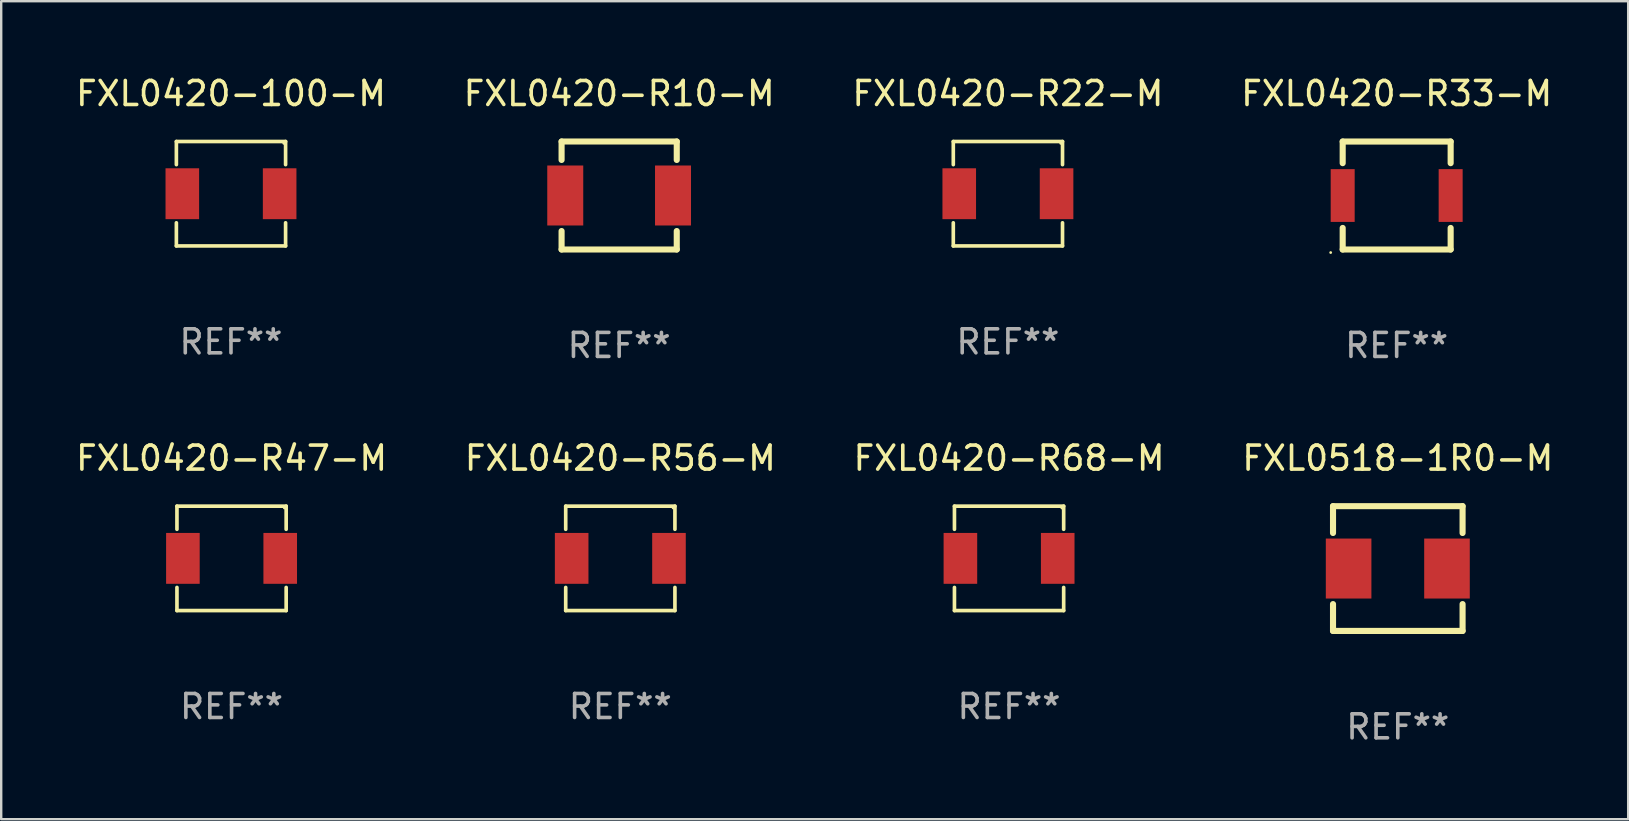
<source format=kicad_pcb>
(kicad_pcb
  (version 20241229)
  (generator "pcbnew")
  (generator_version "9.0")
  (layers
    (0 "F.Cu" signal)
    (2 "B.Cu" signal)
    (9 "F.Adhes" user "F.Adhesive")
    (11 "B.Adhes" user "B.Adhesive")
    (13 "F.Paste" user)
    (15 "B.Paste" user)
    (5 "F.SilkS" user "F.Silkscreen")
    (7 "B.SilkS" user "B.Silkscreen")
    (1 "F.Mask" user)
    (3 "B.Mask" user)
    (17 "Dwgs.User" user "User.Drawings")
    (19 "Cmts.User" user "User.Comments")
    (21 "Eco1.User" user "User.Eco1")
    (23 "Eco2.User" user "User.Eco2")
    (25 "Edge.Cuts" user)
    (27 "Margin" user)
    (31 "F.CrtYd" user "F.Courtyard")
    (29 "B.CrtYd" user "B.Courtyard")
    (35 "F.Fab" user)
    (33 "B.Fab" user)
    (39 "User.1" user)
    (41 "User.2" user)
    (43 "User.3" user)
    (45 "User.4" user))
  (footprint "FXL0420-R47-M"
    (layer "F.Cu")
    (at 6.601 20.222)
    (property "Reference" "FXL0420-R47-M" (at 0 -4.176 0) (layer "F.SilkS") (effects (font (size 1 1) (thickness 0.15))))
    (attr through_hole)
    (fp_line (start -2.276 -2.176) (end 2.276 -2.176) (stroke (width 0.152) (type solid)) (layer "F.SilkS"))
    (fp_line (start -2.276 -1.212) (end -2.276 -2.176) (stroke (width 0.152) (type solid)) (layer "F.SilkS"))
    (fp_line (start -2.276 1.212) (end -2.276 2.176) (stroke (width 0.152) (type solid)) (layer "F.SilkS"))
    (fp_line (start -2.276 2.176) (end 2.276 2.176) (stroke (width 0.152) (type solid)) (layer "F.SilkS"))
    (fp_line (start 2.276 -2.176) (end 2.276 -1.212) (stroke (width 0.152) (type solid)) (layer "F.SilkS"))
    (fp_line (start 2.276 2.176) (end 2.276 1.212) (stroke (width 0.152) (type solid)) (layer "F.SilkS"))
    (fp_circle (center 2.2 -2.1) (end 2.23 -2.1) (stroke (width 0.06) (type solid)) (fill no) (layer "F.SilkS"))
    (fp_text user "REF**" (at 0 6.176 0) (layer "F.Fab") (effects (font (size 1 1) (thickness 0.15))))
    (pad "1" smd rect (at 2.028 0) (size 1.4 2.12) (layers "F.Cu" "F.Mask" "F.Paste"))
    (pad "2" smd rect (at -2.028 0) (size 1.4 2.12) (layers "F.Cu" "F.Mask" "F.Paste")))
  (footprint "FXL0518-1R0-M"
    (layer "F.Cu")
    (at 55.208 20.646)
    (property "Reference" "FXL0518-1R0-M" (at 0 -4.6 0) (layer "F.SilkS") (effects (font (size 1 1) (thickness 0.15))))
    (attr through_hole)
    (fp_line (start -2.7 -2.6) (end -2.7 -1.481) (stroke (width 0.254) (type solid)) (layer "F.SilkS"))
    (fp_line (start -2.7 -2.6) (end 2.7 -2.6) (stroke (width 0.254) (type solid)) (layer "F.SilkS"))
    (fp_line (start -2.7 1.481) (end -2.7 2.6) (stroke (width 0.254) (type solid)) (layer "F.SilkS"))
    (fp_line (start 2.7 -2.6) (end 2.7 -1.481) (stroke (width 0.254) (type solid)) (layer "F.SilkS"))
    (fp_line (start 2.7 1.481) (end 2.7 2.6) (stroke (width 0.254) (type solid)) (layer "F.SilkS"))
    (fp_line (start 2.7 2.6) (end -2.7 2.6) (stroke (width 0.254) (type solid)) (layer "F.SilkS"))
    (fp_circle (center -2.7 2.6) (end -2.67 2.6) (stroke (width 0.06) (type solid)) (fill no) (layer "F.SilkS"))
    (fp_text user "REF**" (at 0 6.6 0) (layer "F.Fab") (effects (font (size 1 1) (thickness 0.15))))
    (pad "1" smd rect (at -2.05 0) (size 1.9 2.5) (layers "F.Cu" "F.Mask" "F.Paste"))
    (pad "2" smd rect (at 2.05 0) (size 1.9 2.5) (layers "F.Cu" "F.Mask" "F.Paste")))
  (footprint "FXL0420-R33-M"
    (layer "F.Cu")
    (at 55.161 5.099)
    (property "Reference" "FXL0420-R33-M" (at 0 -4.25 0) (layer "F.SilkS") (effects (font (size 1 1) (thickness 0.15))))
    (attr through_hole)
    (fp_line (start -2.25 -2.25) (end 2.25 -2.25) (stroke (width 0.254) (type solid)) (layer "F.SilkS"))
    (fp_line (start -2.25 -1.349) (end -2.25 -2.25) (stroke (width 0.254) (type solid)) (layer "F.SilkS"))
    (fp_line (start -2.25 2.25) (end -2.25 1.351) (stroke (width 0.254) (type solid)) (layer "F.SilkS"))
    (fp_line (start 2.25 -2.25) (end 2.25 -1.349) (stroke (width 0.254) (type solid)) (layer "F.SilkS"))
    (fp_line (start 2.25 1.351) (end 2.25 2.25) (stroke (width 0.254) (type solid)) (layer "F.SilkS"))
    (fp_line (start 2.25 2.25) (end -2.25 2.25) (stroke (width 0.254) (type solid)) (layer "F.SilkS"))
    (fp_circle (center -2.75 2.377) (end -2.72 2.377) (stroke (width 0.06) (type solid)) (fill no) (layer "F.SilkS"))
    (fp_text user "REF**" (at 0 6.25 0) (layer "F.Fab") (effects (font (size 1 1) (thickness 0.15))))
    (pad "1" smd rect (at -2.25 0) (size 1 2.2) (layers "F.Cu" "F.Mask" "F.Paste"))
    (pad "2" smd rect (at 2.25 0) (size 1 2.2) (layers "F.Cu" "F.Mask" "F.Paste")))
  (footprint "FXL0420-100-M"
    (layer "F.Cu")
    (at 6.577 5.024)
    (property "Reference" "FXL0420-100-M" (at 0 -4.176 0) (layer "F.SilkS") (effects (font (size 1 1) (thickness 0.15))))
    (attr through_hole)
    (fp_line (start -2.276 -2.176) (end 2.276 -2.176) (stroke (width 0.152) (type solid)) (layer "F.SilkS"))
    (fp_line (start -2.276 -1.212) (end -2.276 -2.176) (stroke (width 0.152) (type solid)) (layer "F.SilkS"))
    (fp_line (start -2.276 1.212) (end -2.276 2.176) (stroke (width 0.152) (type solid)) (layer "F.SilkS"))
    (fp_line (start -2.276 2.176) (end 2.276 2.176) (stroke (width 0.152) (type solid)) (layer "F.SilkS"))
    (fp_line (start 2.276 -2.176) (end 2.276 -1.212) (stroke (width 0.152) (type solid)) (layer "F.SilkS"))
    (fp_line (start 2.276 2.176) (end 2.276 1.212) (stroke (width 0.152) (type solid)) (layer "F.SilkS"))
    (fp_circle (center 2.2 -2.1) (end 2.23 -2.1) (stroke (width 0.06) (type solid)) (fill no) (layer "F.SilkS"))
    (fp_text user "REF**" (at 0 6.176 0) (layer "F.Fab") (effects (font (size 1 1) (thickness 0.15))))
    (pad "1" smd rect (at 2.028 0) (size 1.4 2.12) (layers "F.Cu" "F.Mask" "F.Paste"))
    (pad "2" smd rect (at -2.028 0) (size 1.4 2.12) (layers "F.Cu" "F.Mask" "F.Paste")))
  (footprint "FXL0420-R10-M"
    (layer "F.Cu")
    (at 22.756 5.098)
    (property "Reference" "FXL0420-R10-M" (at 0 -4.25 0) (layer "F.SilkS") (effects (font (size 1 1) (thickness 0.15))))
    (attr through_hole)
    (fp_line (start -2.4 -2.25) (end 2.4 -2.25) (stroke (width 0.254) (type solid)) (layer "F.SilkS"))
    (fp_line (start -2.4 -1.481) (end -2.4 -2.25) (stroke (width 0.254) (type solid)) (layer "F.SilkS"))
    (fp_line (start -2.4 2.25) (end -2.4 1.481) (stroke (width 0.254) (type solid)) (layer "F.SilkS"))
    (fp_line (start 2.4 -2.25) (end 2.4 -1.481) (stroke (width 0.254) (type solid)) (layer "F.SilkS"))
    (fp_line (start 2.4 1.481) (end 2.4 2.25) (stroke (width 0.254) (type solid)) (layer "F.SilkS"))
    (fp_line (start 2.4 2.25) (end -2.4 2.25) (stroke (width 0.254) (type solid)) (layer "F.SilkS"))
    (fp_circle (center -2.375 2.25) (end -2.345 2.25) (stroke (width 0.06) (type solid)) (fill no) (layer "F.SilkS"))
    (fp_text user "REF**" (at 0 6.25 0) (layer "F.Fab") (effects (font (size 1 1) (thickness 0.15))))
    (pad "1" smd rect (at -2.247 0) (size 1.5 2.5) (layers "F.Cu" "F.Mask" "F.Paste"))
    (pad "2" smd rect (at 2.244 0) (size 1.5 2.5) (layers "F.Cu" "F.Mask" "F.Paste")))
  (footprint "FXL0420-R56-M"
    (layer "F.Cu")
    (at 22.804 20.222)
    (property "Reference" "FXL0420-R56-M" (at 0 -4.176 0) (layer "F.SilkS") (effects (font (size 1 1) (thickness 0.15))))
    (attr through_hole)
    (fp_line (start -2.276 -2.176) (end 2.276 -2.176) (stroke (width 0.152) (type solid)) (layer "F.SilkS"))
    (fp_line (start -2.276 -1.212) (end -2.276 -2.176) (stroke (width 0.152) (type solid)) (layer "F.SilkS"))
    (fp_line (start -2.276 1.212) (end -2.276 2.176) (stroke (width 0.152) (type solid)) (layer "F.SilkS"))
    (fp_line (start -2.276 2.176) (end 2.276 2.176) (stroke (width 0.152) (type solid)) (layer "F.SilkS"))
    (fp_line (start 2.276 -2.176) (end 2.276 -1.212) (stroke (width 0.152) (type solid)) (layer "F.SilkS"))
    (fp_line (start 2.276 2.176) (end 2.276 1.212) (stroke (width 0.152) (type solid)) (layer "F.SilkS"))
    (fp_circle (center 2.2 -2.1) (end 2.23 -2.1) (stroke (width 0.06) (type solid)) (fill no) (layer "F.SilkS"))
    (fp_text user "REF**" (at 0 6.176 0) (layer "F.Fab") (effects (font (size 1 1) (thickness 0.15))))
    (pad "1" smd rect (at 2.028 0) (size 1.4 2.12) (layers "F.Cu" "F.Mask" "F.Paste"))
    (pad "2" smd rect (at -2.028 0) (size 1.4 2.12) (layers "F.Cu" "F.Mask" "F.Paste")))
  (footprint "FXL0420-R68-M"
    (layer "F.Cu")
    (at 39.006 20.222)
    (property "Reference" "FXL0420-R68-M" (at 0 -4.176 0) (layer "F.SilkS") (effects (font (size 1 1) (thickness 0.15))))
    (attr through_hole)
    (fp_line (start -2.276 -2.176) (end 2.276 -2.176) (stroke (width 0.152) (type solid)) (layer "F.SilkS"))
    (fp_line (start -2.276 -1.212) (end -2.276 -2.176) (stroke (width 0.152) (type solid)) (layer "F.SilkS"))
    (fp_line (start -2.276 1.212) (end -2.276 2.176) (stroke (width 0.152) (type solid)) (layer "F.SilkS"))
    (fp_line (start -2.276 2.176) (end 2.276 2.176) (stroke (width 0.152) (type solid)) (layer "F.SilkS"))
    (fp_line (start 2.276 -2.176) (end 2.276 -1.212) (stroke (width 0.152) (type solid)) (layer "F.SilkS"))
    (fp_line (start 2.276 2.176) (end 2.276 1.212) (stroke (width 0.152) (type solid)) (layer "F.SilkS"))
    (fp_circle (center 2.2 -2.1) (end 2.23 -2.1) (stroke (width 0.06) (type solid)) (fill no) (layer "F.SilkS"))
    (fp_text user "REF**" (at 0 6.176 0) (layer "F.Fab") (effects (font (size 1 1) (thickness 0.15))))
    (pad "1" smd rect (at 2.028 0) (size 1.4 2.12) (layers "F.Cu" "F.Mask" "F.Paste"))
    (pad "2" smd rect (at -2.028 0) (size 1.4 2.12) (layers "F.Cu" "F.Mask" "F.Paste")))
  (footprint "FXL0420-R22-M"
    (layer "F.Cu")
    (at 38.958 5.024)
    (property "Reference" "FXL0420-R22-M" (at 0 -4.176 0) (layer "F.SilkS") (effects (font (size 1 1) (thickness 0.15))))
    (attr through_hole)
    (fp_line (start -2.276 -2.176) (end 2.276 -2.176) (stroke (width 0.152) (type solid)) (layer "F.SilkS"))
    (fp_line (start -2.276 -1.212) (end -2.276 -2.176) (stroke (width 0.152) (type solid)) (layer "F.SilkS"))
    (fp_line (start -2.276 1.212) (end -2.276 2.176) (stroke (width 0.152) (type solid)) (layer "F.SilkS"))
    (fp_line (start -2.276 2.176) (end 2.276 2.176) (stroke (width 0.152) (type solid)) (layer "F.SilkS"))
    (fp_line (start 2.276 -2.176) (end 2.276 -1.212) (stroke (width 0.152) (type solid)) (layer "F.SilkS"))
    (fp_line (start 2.276 2.176) (end 2.276 1.212) (stroke (width 0.152) (type solid)) (layer "F.SilkS"))
    (fp_circle (center 2.2 -2.1) (end 2.23 -2.1) (stroke (width 0.06) (type solid)) (fill no) (layer "F.SilkS"))
    (fp_text user "REF**" (at 0 6.176 0) (layer "F.Fab") (effects (font (size 1 1) (thickness 0.15))))
    (pad "1" smd rect (at 2.028 0) (size 1.4 2.12) (layers "F.Cu" "F.Mask" "F.Paste"))
    (pad "2" smd rect (at -2.028 0) (size 1.4 2.12) (layers "F.Cu" "F.Mask" "F.Paste")))
  (gr_rect
    (start -3 -3)
    (end 64.81 31.094)
    (stroke (width 0.1) (type default))
    (fill no)
    (layer "Edge.Cuts")))
</source>
